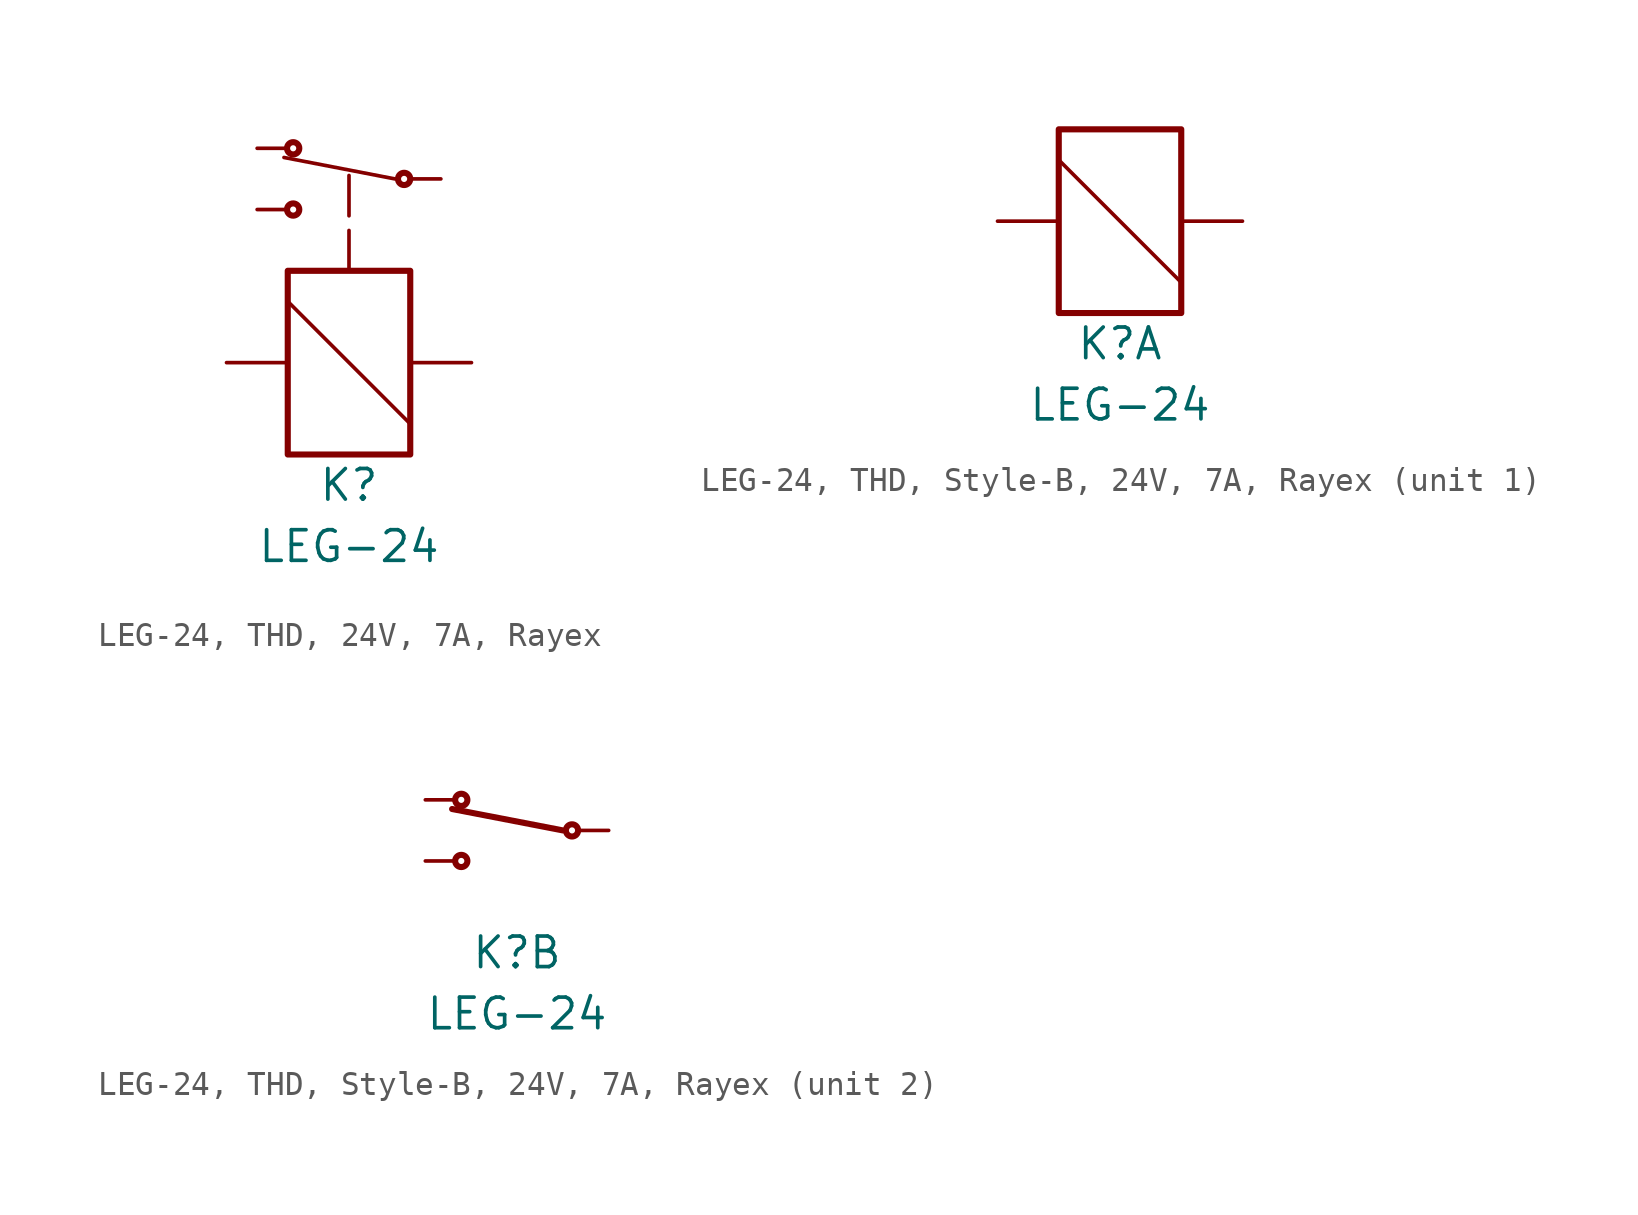
<source format=kicad_sym>
(kicad_symbol_lib
  (version 20241209)
  (generator "kicad_symbol_editor")
  (generator_version "9.0")
  (symbol "LEG-24, THD, 24V, 7A, Rayex"
    (pin_numbers
      (hide yes))
    (pin_names
      (offset 0)
      (hide yes))
    (property "Reference" "K"
      (at 0 -5.08 0)
      (effects (font (size 1.27 1.27))))
    (property "Value" "LEG-24"
      (at 0 -7.62 0)
      (effects (font (size 1.27 1.27))))
    (symbol "LEG-24, THD, 24V, 7A, Rayex_0_1"
      (rectangle (start -2.54 3.81) (end 2.54 -3.81) (stroke (width 0.254) (type default)) (fill (type none)))
      (polyline (pts (xy -2.54 2.54) (xy 2.54 -2.54)) (stroke (width 0.152) (type default)) (fill (type none))))
    (symbol "LEG-24, THD, 24V, 7A, Rayex_1_1"
      (circle (center -2.316 8.89) (radius 0.254) (stroke (width 0.254) (type default)) (fill (type none)))
      (circle (center -2.316 6.35) (radius 0.254) (stroke (width 0.254) (type default)) (fill (type none)))
      (polyline (pts (xy 0 3.81) (xy 0 8.128)) (stroke (width 0.152) (type dash)) (fill (type none)))
      (polyline (pts (xy 1.905 7.62) (xy -2.697 8.509)) (stroke (width 0.152) (type default)) (fill (type none)))
      (circle (center 2.286 7.62) (radius 0.254) (stroke (width 0.254) (type default)) (fill (type none)))
      (pin passive line (at -5.08 0 0) (length 2.54) (name "COIL1" (effects (font (size 1.27 1.27)))) (number "COIL1" (effects (font (size 1.27 1.27)))))
      (pin passive line (at -3.81 8.89 0) (length 1.27) (name "NC1" (effects (font (size 1.27 1.27)))) (number "NC1" (effects (font (size 1.27 1.27)))))
      (pin passive line (at -3.81 6.35 0) (length 1.27) (name "NO1" (effects (font (size 1.27 1.27)))) (number "NO1" (effects (font (size 1.27 1.27)))))
      (pin passive line (at 3.81 7.62 180) (length 1.27) (name "COM1" (effects (font (size 1.27 1.27)))) (number "COM1" (effects (font (size 1.27 1.27)))))
      (pin passive line (at 5.08 0 180) (length 2.54) (name "COIL2" (effects (font (size 1.27 1.27)))) (number "COIL2" (effects (font (size 1.27 1.27)))))))
  (symbol "LEG-24, THD, Style-B, 24V, 7A, Rayex"
    (pin_numbers
      (hide yes))
    (pin_names
      (offset 0)
      (hide yes))
    (property "Reference" "K"
      (at 0 -5.08 0)
      (effects (font (size 1.27 1.27))))
    (property "Value" "LEG-24"
      (at 0 -7.62 0)
      (effects (font (size 1.27 1.27))))
    (symbol "LEG-24, THD, Style-B, 24V, 7A, Rayex_1_1"
      (rectangle (start -2.54 3.81) (end 2.54 -3.81) (stroke (width 0.254) (type default)) (fill (type none)))
      (polyline (pts (xy -2.54 2.54) (xy 2.54 -2.54)) (stroke (width 0.152) (type default)) (fill (type none)))
      (pin passive line (at -5.08 0 0) (length 2.54) (name "COIL1" (effects (font (size 1.27 1.27)))) (number "COIL1" (effects (font (size 1.27 1.27)))))
      (pin passive line (at 5.08 0 180) (length 2.54) (name "COIL2" (effects (font (size 1.27 1.27)))) (number "COIL2" (effects (font (size 1.27 1.27))))))
    (symbol "LEG-24, THD, Style-B, 24V, 7A, Rayex_2_1"
      (circle (center -2.316 1.27) (radius 0.254) (stroke (width 0.254) (type default)) (fill (type none)))
      (circle (center -2.316 -1.27) (radius 0.254) (stroke (width 0.254) (type default)) (fill (type none)))
      (polyline (pts (xy 1.905 0) (xy -2.697 0.889)) (stroke (width 0.254) (type default)) (fill (type none)))
      (circle (center 2.286 0) (radius 0.254) (stroke (width 0.254) (type default)) (fill (type none)))
      (pin passive line (at -3.81 1.27 0) (length 1.27) (name "NC1" (effects (font (size 1.27 1.27)))) (number "NC1" (effects (font (size 1.27 1.27)))))
      (pin passive line (at -3.81 -1.27 0) (length 1.27) (name "NO1" (effects (font (size 1.27 1.27)))) (number "NO1" (effects (font (size 1.27 1.27)))))
      (pin passive line (at 3.81 0 180) (length 1.27) (name "COM1" (effects (font (size 1.27 1.27)))) (number "COM1" (effects (font (size 1.27 1.27))))))))
</source>
